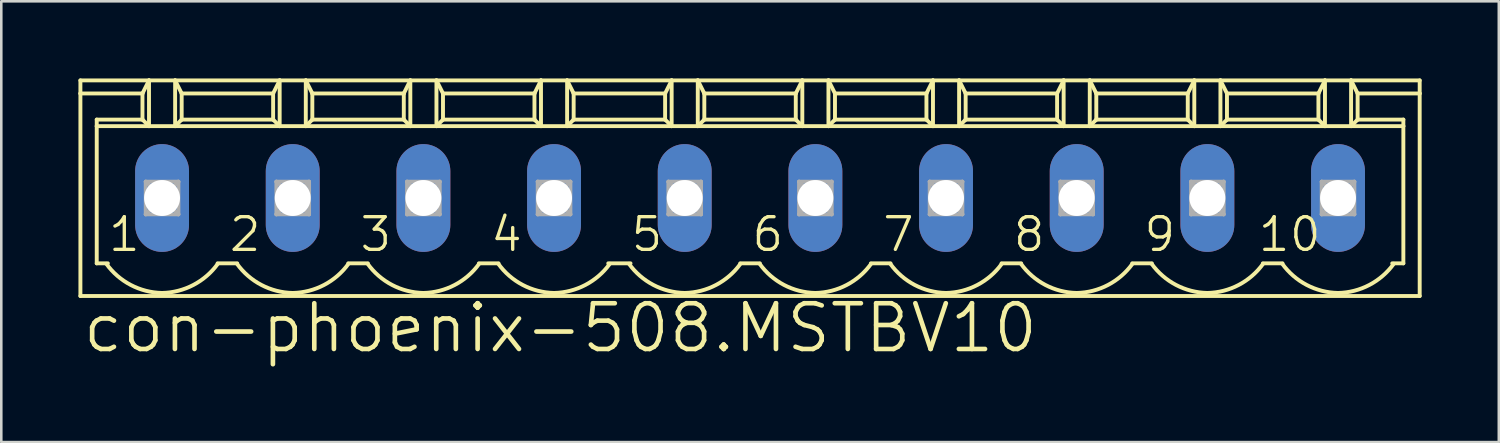
<source format=kicad_pcb>
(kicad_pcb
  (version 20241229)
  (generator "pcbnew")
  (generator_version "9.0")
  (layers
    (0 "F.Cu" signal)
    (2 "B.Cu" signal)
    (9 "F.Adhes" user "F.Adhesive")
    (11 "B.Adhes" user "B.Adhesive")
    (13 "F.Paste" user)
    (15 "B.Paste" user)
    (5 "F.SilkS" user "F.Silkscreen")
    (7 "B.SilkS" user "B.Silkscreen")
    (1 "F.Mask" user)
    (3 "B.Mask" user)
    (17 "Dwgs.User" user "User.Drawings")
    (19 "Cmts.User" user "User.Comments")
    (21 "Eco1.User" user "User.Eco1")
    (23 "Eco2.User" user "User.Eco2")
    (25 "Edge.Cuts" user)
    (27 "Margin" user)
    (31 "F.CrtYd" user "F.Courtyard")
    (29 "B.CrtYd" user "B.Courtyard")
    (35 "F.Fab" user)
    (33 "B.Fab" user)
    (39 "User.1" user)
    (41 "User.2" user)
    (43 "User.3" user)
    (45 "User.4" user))
  (footprint "con-phoenix-508.MSTBV10"
    (layer "F.Cu")
    (at 26.111 4.648)
    (property "Reference" "con-phoenix-508.MSTBV10" (at -26.035 6.096 0) (layer "F.SilkS") (effects (font (size 1.778 1.778) (thickness 0.18)) (justify left bottom)))
    (attr through_hole)
    (fp_line (start -26.035 -4.572) (end -26.035 -4.064) (stroke (width 0.152) (type default)) (layer "F.SilkS"))
    (fp_line (start -26.035 -4.572) (end -23.368 -4.572) (stroke (width 0.152) (type default)) (layer "F.SilkS"))
    (fp_line (start -26.035 -4.064) (end -26.035 3.81) (stroke (width 0.152) (type default)) (layer "F.SilkS"))
    (fp_line (start -26.035 -4.064) (end -23.622 -4.064) (stroke (width 0.152) (type default)) (layer "F.SilkS"))
    (fp_line (start -26.035 3.81) (end 26.035 3.81) (stroke (width 0.152) (type default)) (layer "F.SilkS"))
    (fp_line (start -25.4 -2.794) (end -25.4 -3.048) (stroke (width 0.152) (type default)) (layer "F.SilkS"))
    (fp_line (start -25.4 -2.794) (end -23.368 -2.794) (stroke (width 0.152) (type default)) (layer "F.SilkS"))
    (fp_line (start -25.4 2.54) (end -25.4 -2.794) (stroke (width 0.152) (type default)) (layer "F.SilkS"))
    (fp_line (start -25.4 2.54) (end -24.968 2.54) (stroke (width 0.152) (type default)) (layer "F.SilkS"))
    (fp_line (start -23.622 -4.064) (end -23.622 -3.048) (stroke (width 0.152) (type default)) (layer "F.SilkS"))
    (fp_line (start -23.622 -4.064) (end -23.368 -4.572) (stroke (width 0.152) (type default)) (layer "F.SilkS"))
    (fp_line (start -23.622 -3.048) (end -25.4 -3.048) (stroke (width 0.152) (type default)) (layer "F.SilkS"))
    (fp_line (start -23.622 -3.048) (end -23.368 -2.794) (stroke (width 0.152) (type default)) (layer "F.SilkS"))
    (fp_line (start -23.368 -4.572) (end -22.352 -4.572) (stroke (width 0.152) (type default)) (layer "F.SilkS"))
    (fp_line (start -23.368 -2.794) (end -23.368 -4.572) (stroke (width 0.152) (type default)) (layer "F.SilkS"))
    (fp_line (start -23.368 -2.794) (end -22.352 -2.794) (stroke (width 0.152) (type default)) (layer "F.SilkS"))
    (fp_line (start -22.352 -4.572) (end -22.098 -4.064) (stroke (width 0.152) (type default)) (layer "F.SilkS"))
    (fp_line (start -22.352 -4.572) (end -18.288 -4.572) (stroke (width 0.152) (type default)) (layer "F.SilkS"))
    (fp_line (start -22.352 -2.794) (end -22.352 -4.572) (stroke (width 0.152) (type default)) (layer "F.SilkS"))
    (fp_line (start -22.352 -2.794) (end -18.288 -2.794) (stroke (width 0.152) (type default)) (layer "F.SilkS"))
    (fp_line (start -22.098 -4.064) (end -22.098 -3.048) (stroke (width 0.152) (type default)) (layer "F.SilkS"))
    (fp_line (start -22.098 -4.064) (end -18.542 -4.064) (stroke (width 0.152) (type default)) (layer "F.SilkS"))
    (fp_line (start -22.098 -3.048) (end -22.352 -2.794) (stroke (width 0.152) (type default)) (layer "F.SilkS"))
    (fp_line (start -20.701 2.54) (end -19.939 2.54) (stroke (width 0.152) (type default)) (layer "F.SilkS"))
    (fp_line (start -18.542 -4.064) (end -18.542 -3.048) (stroke (width 0.152) (type default)) (layer "F.SilkS"))
    (fp_line (start -18.542 -4.064) (end -18.288 -4.572) (stroke (width 0.152) (type default)) (layer "F.SilkS"))
    (fp_line (start -18.542 -3.048) (end -22.098 -3.048) (stroke (width 0.152) (type default)) (layer "F.SilkS"))
    (fp_line (start -18.542 -3.048) (end -18.288 -2.794) (stroke (width 0.152) (type default)) (layer "F.SilkS"))
    (fp_line (start -18.288 -4.572) (end -17.272 -4.572) (stroke (width 0.152) (type default)) (layer "F.SilkS"))
    (fp_line (start -18.288 -2.794) (end -18.288 -4.572) (stroke (width 0.152) (type default)) (layer "F.SilkS"))
    (fp_line (start -18.288 -2.794) (end -17.272 -2.794) (stroke (width 0.152) (type default)) (layer "F.SilkS"))
    (fp_line (start -17.272 -4.572) (end -17.018 -4.064) (stroke (width 0.152) (type default)) (layer "F.SilkS"))
    (fp_line (start -17.272 -4.572) (end -13.208 -4.572) (stroke (width 0.152) (type default)) (layer "F.SilkS"))
    (fp_line (start -17.272 -2.794) (end -17.272 -4.572) (stroke (width 0.152) (type default)) (layer "F.SilkS"))
    (fp_line (start -17.272 -2.794) (end -13.208 -2.794) (stroke (width 0.152) (type default)) (layer "F.SilkS"))
    (fp_line (start -17.018 -4.064) (end -17.018 -3.048) (stroke (width 0.152) (type default)) (layer "F.SilkS"))
    (fp_line (start -17.018 -4.064) (end -13.462 -4.064) (stroke (width 0.152) (type default)) (layer "F.SilkS"))
    (fp_line (start -17.018 -3.048) (end -17.272 -2.794) (stroke (width 0.152) (type default)) (layer "F.SilkS"))
    (fp_line (start -15.621 2.54) (end -14.859 2.54) (stroke (width 0.152) (type default)) (layer "F.SilkS"))
    (fp_line (start -13.462 -4.064) (end -13.462 -3.048) (stroke (width 0.152) (type default)) (layer "F.SilkS"))
    (fp_line (start -13.462 -4.064) (end -13.208 -4.572) (stroke (width 0.152) (type default)) (layer "F.SilkS"))
    (fp_line (start -13.462 -3.048) (end -17.018 -3.048) (stroke (width 0.152) (type default)) (layer "F.SilkS"))
    (fp_line (start -13.462 -3.048) (end -13.208 -2.794) (stroke (width 0.152) (type default)) (layer "F.SilkS"))
    (fp_line (start -13.208 -4.572) (end -12.192 -4.572) (stroke (width 0.152) (type default)) (layer "F.SilkS"))
    (fp_line (start -13.208 -2.794) (end -13.208 -4.572) (stroke (width 0.152) (type default)) (layer "F.SilkS"))
    (fp_line (start -13.208 -2.794) (end -12.192 -2.794) (stroke (width 0.152) (type default)) (layer "F.SilkS"))
    (fp_line (start -12.192 -4.572) (end -11.938 -4.064) (stroke (width 0.152) (type default)) (layer "F.SilkS"))
    (fp_line (start -12.192 -4.572) (end -8.128 -4.572) (stroke (width 0.152) (type default)) (layer "F.SilkS"))
    (fp_line (start -12.192 -2.794) (end -12.192 -4.572) (stroke (width 0.152) (type default)) (layer "F.SilkS"))
    (fp_line (start -12.192 -2.794) (end -8.128 -2.794) (stroke (width 0.152) (type default)) (layer "F.SilkS"))
    (fp_line (start -11.938 -4.064) (end -11.938 -3.048) (stroke (width 0.152) (type default)) (layer "F.SilkS"))
    (fp_line (start -11.938 -4.064) (end -8.382 -4.064) (stroke (width 0.152) (type default)) (layer "F.SilkS"))
    (fp_line (start -11.938 -3.048) (end -12.192 -2.794) (stroke (width 0.152) (type default)) (layer "F.SilkS"))
    (fp_line (start -11.938 -3.048) (end -8.382 -3.048) (stroke (width 0.152) (type default)) (layer "F.SilkS"))
    (fp_line (start -10.541 2.54) (end -9.779 2.54) (stroke (width 0.152) (type default)) (layer "F.SilkS"))
    (fp_line (start -8.382 -4.064) (end -8.382 -3.048) (stroke (width 0.152) (type default)) (layer "F.SilkS"))
    (fp_line (start -8.382 -4.064) (end -8.128 -4.572) (stroke (width 0.152) (type default)) (layer "F.SilkS"))
    (fp_line (start -8.382 -3.048) (end -8.128 -2.794) (stroke (width 0.152) (type default)) (layer "F.SilkS"))
    (fp_line (start -8.128 -4.572) (end -7.112 -4.572) (stroke (width 0.152) (type default)) (layer "F.SilkS"))
    (fp_line (start -8.128 -2.794) (end -8.128 -4.572) (stroke (width 0.152) (type default)) (layer "F.SilkS"))
    (fp_line (start -8.128 -2.794) (end -7.112 -2.794) (stroke (width 0.152) (type default)) (layer "F.SilkS"))
    (fp_line (start -7.112 -4.572) (end -6.858 -4.064) (stroke (width 0.152) (type default)) (layer "F.SilkS"))
    (fp_line (start -7.112 -4.572) (end -3.048 -4.572) (stroke (width 0.152) (type default)) (layer "F.SilkS"))
    (fp_line (start -7.112 -2.794) (end -7.112 -4.572) (stroke (width 0.152) (type default)) (layer "F.SilkS"))
    (fp_line (start -7.112 -2.794) (end -3.048 -2.794) (stroke (width 0.152) (type default)) (layer "F.SilkS"))
    (fp_line (start -6.858 -4.064) (end -6.858 -3.048) (stroke (width 0.152) (type default)) (layer "F.SilkS"))
    (fp_line (start -6.858 -4.064) (end -3.302 -4.064) (stroke (width 0.152) (type default)) (layer "F.SilkS"))
    (fp_line (start -6.858 -3.048) (end -7.112 -2.794) (stroke (width 0.152) (type default)) (layer "F.SilkS"))
    (fp_line (start -5.512 2.54) (end -4.648 2.54) (stroke (width 0.152) (type default)) (layer "F.SilkS"))
    (fp_line (start -3.302 -4.064) (end -3.302 -3.048) (stroke (width 0.152) (type default)) (layer "F.SilkS"))
    (fp_line (start -3.302 -4.064) (end -3.048 -4.572) (stroke (width 0.152) (type default)) (layer "F.SilkS"))
    (fp_line (start -3.302 -3.048) (end -6.858 -3.048) (stroke (width 0.152) (type default)) (layer "F.SilkS"))
    (fp_line (start -3.302 -3.048) (end -3.048 -2.794) (stroke (width 0.152) (type default)) (layer "F.SilkS"))
    (fp_line (start -3.048 -4.572) (end -2.032 -4.572) (stroke (width 0.152) (type default)) (layer "F.SilkS"))
    (fp_line (start -3.048 -2.794) (end -3.048 -4.572) (stroke (width 0.152) (type default)) (layer "F.SilkS"))
    (fp_line (start -3.048 -2.794) (end -2.032 -2.794) (stroke (width 0.152) (type default)) (layer "F.SilkS"))
    (fp_line (start -2.032 -4.572) (end -1.778 -4.064) (stroke (width 0.152) (type default)) (layer "F.SilkS"))
    (fp_line (start -2.032 -4.572) (end 2.032 -4.572) (stroke (width 0.152) (type default)) (layer "F.SilkS"))
    (fp_line (start -2.032 -2.794) (end -2.032 -4.572) (stroke (width 0.152) (type default)) (layer "F.SilkS"))
    (fp_line (start -2.032 -2.794) (end 2.032 -2.794) (stroke (width 0.152) (type default)) (layer "F.SilkS"))
    (fp_line (start -1.778 -4.064) (end -1.778 -3.048) (stroke (width 0.152) (type default)) (layer "F.SilkS"))
    (fp_line (start -1.778 -4.064) (end 1.778 -4.064) (stroke (width 0.152) (type default)) (layer "F.SilkS"))
    (fp_line (start -1.778 -3.048) (end -2.032 -2.794) (stroke (width 0.152) (type default)) (layer "F.SilkS"))
    (fp_line (start -0.381 2.54) (end 0.381 2.54) (stroke (width 0.152) (type default)) (layer "F.SilkS"))
    (fp_line (start 1.778 -4.064) (end 1.778 -3.048) (stroke (width 0.152) (type default)) (layer "F.SilkS"))
    (fp_line (start 1.778 -4.064) (end 2.032 -4.572) (stroke (width 0.152) (type default)) (layer "F.SilkS"))
    (fp_line (start 1.778 -3.048) (end -1.778 -3.048) (stroke (width 0.152) (type default)) (layer "F.SilkS"))
    (fp_line (start 1.778 -3.048) (end 2.032 -2.794) (stroke (width 0.152) (type default)) (layer "F.SilkS"))
    (fp_line (start 2.032 -4.572) (end 3.048 -4.572) (stroke (width 0.152) (type default)) (layer "F.SilkS"))
    (fp_line (start 2.032 -2.794) (end 2.032 -4.572) (stroke (width 0.152) (type default)) (layer "F.SilkS"))
    (fp_line (start 2.032 -2.794) (end 3.048 -2.794) (stroke (width 0.152) (type default)) (layer "F.SilkS"))
    (fp_line (start 3.048 -4.572) (end 3.302 -4.064) (stroke (width 0.152) (type default)) (layer "F.SilkS"))
    (fp_line (start 3.048 -4.572) (end 7.112 -4.572) (stroke (width 0.152) (type default)) (layer "F.SilkS"))
    (fp_line (start 3.048 -2.794) (end 3.048 -4.572) (stroke (width 0.152) (type default)) (layer "F.SilkS"))
    (fp_line (start 3.048 -2.794) (end 7.112 -2.794) (stroke (width 0.152) (type default)) (layer "F.SilkS"))
    (fp_line (start 3.302 -4.064) (end 3.302 -3.048) (stroke (width 0.152) (type default)) (layer "F.SilkS"))
    (fp_line (start 3.302 -4.064) (end 6.858 -4.064) (stroke (width 0.152) (type default)) (layer "F.SilkS"))
    (fp_line (start 3.302 -3.048) (end 3.048 -2.794) (stroke (width 0.152) (type default)) (layer "F.SilkS"))
    (fp_line (start 4.699 2.54) (end 5.461 2.54) (stroke (width 0.152) (type default)) (layer "F.SilkS"))
    (fp_line (start 6.858 -4.064) (end 6.858 -3.048) (stroke (width 0.152) (type default)) (layer "F.SilkS"))
    (fp_line (start 6.858 -4.064) (end 7.112 -4.572) (stroke (width 0.152) (type default)) (layer "F.SilkS"))
    (fp_line (start 6.858 -3.048) (end 3.302 -3.048) (stroke (width 0.152) (type default)) (layer "F.SilkS"))
    (fp_line (start 6.858 -3.048) (end 7.112 -2.794) (stroke (width 0.152) (type default)) (layer "F.SilkS"))
    (fp_line (start 7.112 -4.572) (end 8.128 -4.572) (stroke (width 0.152) (type default)) (layer "F.SilkS"))
    (fp_line (start 7.112 -2.794) (end 7.112 -4.572) (stroke (width 0.152) (type default)) (layer "F.SilkS"))
    (fp_line (start 7.112 -2.794) (end 8.128 -2.794) (stroke (width 0.152) (type default)) (layer "F.SilkS"))
    (fp_line (start 8.128 -4.572) (end 8.382 -4.064) (stroke (width 0.152) (type default)) (layer "F.SilkS"))
    (fp_line (start 8.128 -4.572) (end 12.192 -4.572) (stroke (width 0.152) (type default)) (layer "F.SilkS"))
    (fp_line (start 8.128 -2.794) (end 8.128 -4.572) (stroke (width 0.152) (type default)) (layer "F.SilkS"))
    (fp_line (start 8.128 -2.794) (end 12.192 -2.794) (stroke (width 0.152) (type default)) (layer "F.SilkS"))
    (fp_line (start 8.382 -4.064) (end 8.382 -3.048) (stroke (width 0.152) (type default)) (layer "F.SilkS"))
    (fp_line (start 8.382 -4.064) (end 11.938 -4.064) (stroke (width 0.152) (type default)) (layer "F.SilkS"))
    (fp_line (start 8.382 -3.048) (end 8.128 -2.794) (stroke (width 0.152) (type default)) (layer "F.SilkS"))
    (fp_line (start 8.382 -3.048) (end 11.938 -3.048) (stroke (width 0.152) (type default)) (layer "F.SilkS"))
    (fp_line (start 9.779 2.54) (end 10.541 2.54) (stroke (width 0.152) (type default)) (layer "F.SilkS"))
    (fp_line (start 11.938 -4.064) (end 11.938 -3.048) (stroke (width 0.152) (type default)) (layer "F.SilkS"))
    (fp_line (start 11.938 -4.064) (end 12.192 -4.572) (stroke (width 0.152) (type default)) (layer "F.SilkS"))
    (fp_line (start 11.938 -3.048) (end 12.192 -2.794) (stroke (width 0.152) (type default)) (layer "F.SilkS"))
    (fp_line (start 12.192 -4.572) (end 13.208 -4.572) (stroke (width 0.152) (type default)) (layer "F.SilkS"))
    (fp_line (start 12.192 -2.794) (end 12.192 -4.572) (stroke (width 0.152) (type default)) (layer "F.SilkS"))
    (fp_line (start 12.192 -2.794) (end 13.208 -2.794) (stroke (width 0.152) (type default)) (layer "F.SilkS"))
    (fp_line (start 13.208 -4.572) (end 13.462 -4.064) (stroke (width 0.152) (type default)) (layer "F.SilkS"))
    (fp_line (start 13.208 -4.572) (end 17.272 -4.572) (stroke (width 0.152) (type default)) (layer "F.SilkS"))
    (fp_line (start 13.208 -2.794) (end 13.208 -4.572) (stroke (width 0.152) (type default)) (layer "F.SilkS"))
    (fp_line (start 13.208 -2.794) (end 17.272 -2.794) (stroke (width 0.152) (type default)) (layer "F.SilkS"))
    (fp_line (start 13.462 -4.064) (end 13.462 -3.048) (stroke (width 0.152) (type default)) (layer "F.SilkS"))
    (fp_line (start 13.462 -4.064) (end 17.018 -4.064) (stroke (width 0.152) (type default)) (layer "F.SilkS"))
    (fp_line (start 13.462 -3.048) (end 13.208 -2.794) (stroke (width 0.152) (type default)) (layer "F.SilkS"))
    (fp_line (start 13.462 -3.048) (end 17.018 -3.048) (stroke (width 0.152) (type default)) (layer "F.SilkS"))
    (fp_line (start 14.859 2.54) (end 15.621 2.54) (stroke (width 0.152) (type default)) (layer "F.SilkS"))
    (fp_line (start 17.018 -4.064) (end 17.018 -3.048) (stroke (width 0.152) (type default)) (layer "F.SilkS"))
    (fp_line (start 17.018 -4.064) (end 17.272 -4.572) (stroke (width 0.152) (type default)) (layer "F.SilkS"))
    (fp_line (start 17.018 -3.048) (end 17.272 -2.794) (stroke (width 0.152) (type default)) (layer "F.SilkS"))
    (fp_line (start 17.272 -4.572) (end 18.288 -4.572) (stroke (width 0.152) (type default)) (layer "F.SilkS"))
    (fp_line (start 17.272 -2.794) (end 17.272 -4.572) (stroke (width 0.152) (type default)) (layer "F.SilkS"))
    (fp_line (start 17.272 -2.794) (end 18.288 -2.794) (stroke (width 0.152) (type default)) (layer "F.SilkS"))
    (fp_line (start 18.288 -4.572) (end 18.542 -4.064) (stroke (width 0.152) (type default)) (layer "F.SilkS"))
    (fp_line (start 18.288 -4.572) (end 22.352 -4.572) (stroke (width 0.152) (type default)) (layer "F.SilkS"))
    (fp_line (start 18.288 -2.794) (end 18.288 -4.572) (stroke (width 0.152) (type default)) (layer "F.SilkS"))
    (fp_line (start 18.288 -2.794) (end 22.352 -2.794) (stroke (width 0.152) (type default)) (layer "F.SilkS"))
    (fp_line (start 18.542 -4.064) (end 18.542 -3.048) (stroke (width 0.152) (type default)) (layer "F.SilkS"))
    (fp_line (start 18.542 -4.064) (end 22.098 -4.064) (stroke (width 0.152) (type default)) (layer "F.SilkS"))
    (fp_line (start 18.542 -3.048) (end 18.288 -2.794) (stroke (width 0.152) (type default)) (layer "F.SilkS"))
    (fp_line (start 18.542 -3.048) (end 22.098 -3.048) (stroke (width 0.152) (type default)) (layer "F.SilkS"))
    (fp_line (start 19.939 2.54) (end 20.701 2.54) (stroke (width 0.152) (type default)) (layer "F.SilkS"))
    (fp_line (start 22.098 -4.064) (end 22.098 -3.048) (stroke (width 0.152) (type default)) (layer "F.SilkS"))
    (fp_line (start 22.098 -4.064) (end 22.352 -4.572) (stroke (width 0.152) (type default)) (layer "F.SilkS"))
    (fp_line (start 22.098 -3.048) (end 22.352 -2.794) (stroke (width 0.152) (type default)) (layer "F.SilkS"))
    (fp_line (start 22.352 -4.572) (end 23.368 -4.572) (stroke (width 0.152) (type default)) (layer "F.SilkS"))
    (fp_line (start 22.352 -2.794) (end 22.352 -4.572) (stroke (width 0.152) (type default)) (layer "F.SilkS"))
    (fp_line (start 22.352 -2.794) (end 23.368 -2.794) (stroke (width 0.152) (type default)) (layer "F.SilkS"))
    (fp_line (start 23.368 -4.572) (end 23.622 -4.064) (stroke (width 0.152) (type default)) (layer "F.SilkS"))
    (fp_line (start 23.368 -4.572) (end 26.035 -4.572) (stroke (width 0.152) (type default)) (layer "F.SilkS"))
    (fp_line (start 23.368 -2.794) (end 23.368 -4.572) (stroke (width 0.152) (type default)) (layer "F.SilkS"))
    (fp_line (start 23.368 -2.794) (end 25.4 -2.794) (stroke (width 0.152) (type default)) (layer "F.SilkS"))
    (fp_line (start 23.622 -4.064) (end 23.622 -3.048) (stroke (width 0.152) (type default)) (layer "F.SilkS"))
    (fp_line (start 23.622 -4.064) (end 26.035 -4.064) (stroke (width 0.152) (type default)) (layer "F.SilkS"))
    (fp_line (start 23.622 -3.048) (end 23.368 -2.794) (stroke (width 0.152) (type default)) (layer "F.SilkS"))
    (fp_line (start 23.622 -3.048) (end 25.4 -3.048) (stroke (width 0.152) (type default)) (layer "F.SilkS"))
    (fp_line (start 24.968 2.54) (end 25.4 2.54) (stroke (width 0.152) (type default)) (layer "F.SilkS"))
    (fp_line (start 25.4 -3.048) (end 25.4 -2.794) (stroke (width 0.152) (type default)) (layer "F.SilkS"))
    (fp_line (start 25.4 -2.794) (end 25.4 2.54) (stroke (width 0.152) (type default)) (layer "F.SilkS"))
    (fp_line (start 26.035 -4.064) (end 26.035 -4.572) (stroke (width 0.152) (type default)) (layer "F.SilkS"))
    (fp_line (start 26.035 3.81) (end 26.035 -4.064) (stroke (width 0.152) (type default)) (layer "F.SilkS"))
    (fp_arc (start -22.86 3.6924) (mid -24.077841 3.380805) (end -25.0277 2.5574) (stroke (width 0.1524) (type default)) (layer "F.SilkS"))
    (fp_arc (start -20.6923 2.5574) (mid -21.64217 3.380783) (end -22.86 3.6924) (stroke (width 0.1524) (type default)) (layer "F.SilkS"))
    (fp_arc (start -17.78 3.6924) (mid -18.997841 3.380805) (end -19.9477 2.5574) (stroke (width 0.1524) (type default)) (layer "F.SilkS"))
    (fp_arc (start -15.6123 2.5574) (mid -16.56217 3.380783) (end -17.78 3.6924) (stroke (width 0.1524) (type default)) (layer "F.SilkS"))
    (fp_arc (start -12.7 3.6924) (mid -13.917841 3.380805) (end -14.8677 2.5574) (stroke (width 0.1524) (type default)) (layer "F.SilkS"))
    (fp_arc (start -10.5323 2.5574) (mid -11.48217 3.380783) (end -12.7 3.6924) (stroke (width 0.1524) (type default)) (layer "F.SilkS"))
    (fp_arc (start -7.62 3.6924) (mid -8.837841 3.380805) (end -9.7877 2.5574) (stroke (width 0.1524) (type default)) (layer "F.SilkS"))
    (fp_arc (start -5.4523 2.5574) (mid -6.402159 3.380805) (end -7.62 3.6924) (stroke (width 0.1524) (type default)) (layer "F.SilkS"))
    (fp_arc (start -2.54 3.6924) (mid -3.757841 3.380805) (end -4.7077 2.5574) (stroke (width 0.1524) (type default)) (layer "F.SilkS"))
    (fp_arc (start -0.3723 2.5574) (mid -1.32217 3.380783) (end -2.54 3.6924) (stroke (width 0.1524) (type default)) (layer "F.SilkS"))
    (fp_arc (start 2.54 3.6924) (mid 1.322181 3.380762) (end 0.3723 2.5574) (stroke (width 0.1524) (type default)) (layer "F.SilkS"))
    (fp_arc (start 4.7077 2.5574) (mid 3.757819 3.380762) (end 2.54 3.6924) (stroke (width 0.1524) (type default)) (layer "F.SilkS"))
    (fp_arc (start 7.62 3.6924) (mid 6.402181 3.380762) (end 5.4523 2.5574) (stroke (width 0.1524) (type default)) (layer "F.SilkS"))
    (fp_arc (start 9.7877 2.5574) (mid 8.837819 3.380762) (end 7.62 3.6924) (stroke (width 0.1524) (type default)) (layer "F.SilkS"))
    (fp_arc (start 12.7 3.6924) (mid 11.482181 3.380762) (end 10.5323 2.5574) (stroke (width 0.1524) (type default)) (layer "F.SilkS"))
    (fp_arc (start 14.8677 2.5574) (mid 13.917819 3.380762) (end 12.7 3.6924) (stroke (width 0.1524) (type default)) (layer "F.SilkS"))
    (fp_arc (start 17.78 3.6924) (mid 16.562181 3.380762) (end 15.6123 2.5574) (stroke (width 0.1524) (type default)) (layer "F.SilkS"))
    (fp_arc (start 19.9477 2.5574) (mid 18.997819 3.380762) (end 17.78 3.6924) (stroke (width 0.1524) (type default)) (layer "F.SilkS"))
    (fp_arc (start 22.86 3.6924) (mid 21.642181 3.380762) (end 20.6923 2.5574) (stroke (width 0.1524) (type default)) (layer "F.SilkS"))
    (fp_arc (start 25.0277 2.5574) (mid 24.07783 3.380783) (end 22.86 3.6924) (stroke (width 0.1524) (type default)) (layer "F.SilkS"))
    (fp_line (start -23.495 -0.635) (end -23.495 0.635) (stroke (width 0.152) (type default)) (layer "F.Fab"))
    (fp_line (start -23.495 -0.635) (end -22.225 0.635) (stroke (width 0.152) (type default)) (layer "F.Fab"))
    (fp_line (start -23.495 0.635) (end -22.225 -0.635) (stroke (width 0.152) (type default)) (layer "F.Fab"))
    (fp_line (start -23.495 0.635) (end -22.225 0.635) (stroke (width 0.152) (type default)) (layer "F.Fab"))
    (fp_line (start -22.225 -0.635) (end -23.495 -0.635) (stroke (width 0.152) (type default)) (layer "F.Fab"))
    (fp_line (start -22.225 0.635) (end -22.225 -0.635) (stroke (width 0.152) (type default)) (layer "F.Fab"))
    (fp_line (start -18.415 -0.635) (end -18.415 0.635) (stroke (width 0.152) (type default)) (layer "F.Fab"))
    (fp_line (start -18.415 -0.635) (end -17.145 0.635) (stroke (width 0.152) (type default)) (layer "F.Fab"))
    (fp_line (start -18.415 0.635) (end -17.145 -0.635) (stroke (width 0.152) (type default)) (layer "F.Fab"))
    (fp_line (start -18.415 0.635) (end -17.145 0.635) (stroke (width 0.152) (type default)) (layer "F.Fab"))
    (fp_line (start -17.145 -0.635) (end -18.415 -0.635) (stroke (width 0.152) (type default)) (layer "F.Fab"))
    (fp_line (start -17.145 0.635) (end -17.145 -0.635) (stroke (width 0.152) (type default)) (layer "F.Fab"))
    (fp_line (start -13.335 -0.635) (end -13.335 0.635) (stroke (width 0.152) (type default)) (layer "F.Fab"))
    (fp_line (start -13.335 -0.635) (end -12.065 0.635) (stroke (width 0.152) (type default)) (layer "F.Fab"))
    (fp_line (start -13.335 0.635) (end -12.065 -0.635) (stroke (width 0.152) (type default)) (layer "F.Fab"))
    (fp_line (start -13.335 0.635) (end -12.065 0.635) (stroke (width 0.152) (type default)) (layer "F.Fab"))
    (fp_line (start -12.065 -0.635) (end -13.335 -0.635) (stroke (width 0.152) (type default)) (layer "F.Fab"))
    (fp_line (start -12.065 0.635) (end -12.065 -0.635) (stroke (width 0.152) (type default)) (layer "F.Fab"))
    (fp_line (start -8.255 -0.635) (end -8.255 0.635) (stroke (width 0.152) (type default)) (layer "F.Fab"))
    (fp_line (start -8.255 -0.635) (end -6.985 0.635) (stroke (width 0.152) (type default)) (layer "F.Fab"))
    (fp_line (start -8.255 0.635) (end -6.985 -0.635) (stroke (width 0.152) (type default)) (layer "F.Fab"))
    (fp_line (start -8.255 0.635) (end -6.985 0.635) (stroke (width 0.152) (type default)) (layer "F.Fab"))
    (fp_line (start -6.985 -0.635) (end -8.255 -0.635) (stroke (width 0.152) (type default)) (layer "F.Fab"))
    (fp_line (start -6.985 0.635) (end -6.985 -0.635) (stroke (width 0.152) (type default)) (layer "F.Fab"))
    (fp_line (start -3.175 -0.635) (end -3.175 0.635) (stroke (width 0.152) (type default)) (layer "F.Fab"))
    (fp_line (start -3.175 -0.635) (end -1.905 0.635) (stroke (width 0.152) (type default)) (layer "F.Fab"))
    (fp_line (start -3.175 0.635) (end -1.905 -0.635) (stroke (width 0.152) (type default)) (layer "F.Fab"))
    (fp_line (start -3.175 0.635) (end -1.905 0.635) (stroke (width 0.152) (type default)) (layer "F.Fab"))
    (fp_line (start -1.905 -0.635) (end -3.175 -0.635) (stroke (width 0.152) (type default)) (layer "F.Fab"))
    (fp_line (start -1.905 0.635) (end -1.905 -0.635) (stroke (width 0.152) (type default)) (layer "F.Fab"))
    (fp_line (start 1.905 -0.635) (end 1.905 0.635) (stroke (width 0.152) (type default)) (layer "F.Fab"))
    (fp_line (start 1.905 -0.635) (end 3.175 0.635) (stroke (width 0.152) (type default)) (layer "F.Fab"))
    (fp_line (start 1.905 0.635) (end 3.175 -0.635) (stroke (width 0.152) (type default)) (layer "F.Fab"))
    (fp_line (start 1.905 0.635) (end 3.175 0.635) (stroke (width 0.152) (type default)) (layer "F.Fab"))
    (fp_line (start 3.175 -0.635) (end 1.905 -0.635) (stroke (width 0.152) (type default)) (layer "F.Fab"))
    (fp_line (start 3.175 0.635) (end 3.175 -0.635) (stroke (width 0.152) (type default)) (layer "F.Fab"))
    (fp_line (start 6.985 -0.635) (end 6.985 0.635) (stroke (width 0.152) (type default)) (layer "F.Fab"))
    (fp_line (start 6.985 -0.635) (end 8.255 0.635) (stroke (width 0.152) (type default)) (layer "F.Fab"))
    (fp_line (start 6.985 0.635) (end 8.255 -0.635) (stroke (width 0.152) (type default)) (layer "F.Fab"))
    (fp_line (start 6.985 0.635) (end 8.255 0.635) (stroke (width 0.152) (type default)) (layer "F.Fab"))
    (fp_line (start 8.255 -0.635) (end 6.985 -0.635) (stroke (width 0.152) (type default)) (layer "F.Fab"))
    (fp_line (start 8.255 0.635) (end 8.255 -0.635) (stroke (width 0.152) (type default)) (layer "F.Fab"))
    (fp_line (start 12.065 -0.635) (end 12.065 0.635) (stroke (width 0.152) (type default)) (layer "F.Fab"))
    (fp_line (start 12.065 -0.635) (end 13.335 0.635) (stroke (width 0.152) (type default)) (layer "F.Fab"))
    (fp_line (start 12.065 0.635) (end 13.335 -0.635) (stroke (width 0.152) (type default)) (layer "F.Fab"))
    (fp_line (start 12.065 0.635) (end 13.335 0.635) (stroke (width 0.152) (type default)) (layer "F.Fab"))
    (fp_line (start 13.335 -0.635) (end 12.065 -0.635) (stroke (width 0.152) (type default)) (layer "F.Fab"))
    (fp_line (start 13.335 0.635) (end 13.335 -0.635) (stroke (width 0.152) (type default)) (layer "F.Fab"))
    (fp_line (start 17.145 -0.635) (end 17.145 0.635) (stroke (width 0.152) (type default)) (layer "F.Fab"))
    (fp_line (start 17.145 -0.635) (end 18.415 0.635) (stroke (width 0.152) (type default)) (layer "F.Fab"))
    (fp_line (start 17.145 0.635) (end 18.415 -0.635) (stroke (width 0.152) (type default)) (layer "F.Fab"))
    (fp_line (start 17.145 0.635) (end 18.415 0.635) (stroke (width 0.152) (type default)) (layer "F.Fab"))
    (fp_line (start 18.415 -0.635) (end 17.145 -0.635) (stroke (width 0.152) (type default)) (layer "F.Fab"))
    (fp_line (start 18.415 0.635) (end 18.415 -0.635) (stroke (width 0.152) (type default)) (layer "F.Fab"))
    (fp_line (start 22.225 -0.635) (end 22.225 0.635) (stroke (width 0.152) (type default)) (layer "F.Fab"))
    (fp_line (start 22.225 -0.635) (end 23.495 0.635) (stroke (width 0.152) (type default)) (layer "F.Fab"))
    (fp_line (start 22.225 0.635) (end 23.495 -0.635) (stroke (width 0.152) (type default)) (layer "F.Fab"))
    (fp_line (start 22.225 0.635) (end 23.495 0.635) (stroke (width 0.152) (type default)) (layer "F.Fab"))
    (fp_line (start 23.495 -0.635) (end 22.225 -0.635) (stroke (width 0.152) (type default)) (layer "F.Fab"))
    (fp_line (start 23.495 0.635) (end 23.495 -0.635) (stroke (width 0.152) (type default)) (layer "F.Fab"))
    (fp_text user "9" (at 15.24 2.159 0) (layer "F.SilkS") (effects (font (size 1.27 1.27) (thickness 0.13)) (justify left bottom)))
    (fp_text user "8" (at 10.16 2.159 0) (layer "F.SilkS") (effects (font (size 1.27 1.27) (thickness 0.13)) (justify left bottom)))
    (fp_text user "7" (at 5.08 2.159 0) (layer "F.SilkS") (effects (font (size 1.27 1.27) (thickness 0.13)) (justify left bottom)))
    (fp_text user "5" (at -4.699 2.159 0) (layer "F.SilkS") (effects (font (size 1.27 1.27) (thickness 0.13)) (justify left bottom)))
    (fp_text user "1" (at -25.019 2.159 0) (layer "F.SilkS") (effects (font (size 1.27 1.27) (thickness 0.13)) (justify left bottom)))
    (fp_text user "10" (at 19.685 2.159 0) (layer "F.SilkS") (effects (font (size 1.27 1.27) (thickness 0.13)) (justify left bottom)))
    (fp_text user "3" (at -15.24 2.159 0) (layer "F.SilkS") (effects (font (size 1.27 1.27) (thickness 0.13)) (justify left bottom)))
    (fp_text user "6" (at 0 2.159 0) (layer "F.SilkS") (effects (font (size 1.27 1.27) (thickness 0.13)) (justify left bottom)))
    (fp_text user "2" (at -20.32 2.159 0) (layer "F.SilkS") (effects (font (size 1.27 1.27) (thickness 0.13)) (justify left bottom)))
    (fp_text user "4" (at -10.16 2.159 0) (layer "F.SilkS") (effects (font (size 1.27 1.27) (thickness 0.13)) (justify left bottom)))
    (pad "1" thru_hole oval (at -22.86 0 90) (size 4.191 2.095) (drill 1.397) (layers "*.Cu" "*.Mask"))
    (pad "2" thru_hole oval (at -17.78 0 90) (size 4.191 2.095) (drill 1.397) (layers "*.Cu" "*.Mask"))
    (pad "3" thru_hole oval (at -12.7 0 90) (size 4.191 2.095) (drill 1.397) (layers "*.Cu" "*.Mask"))
    (pad "4" thru_hole oval (at -7.62 0 90) (size 4.191 2.095) (drill 1.397) (layers "*.Cu" "*.Mask"))
    (pad "5" thru_hole oval (at -2.54 0 90) (size 4.191 2.095) (drill 1.397) (layers "*.Cu" "*.Mask"))
    (pad "6" thru_hole oval (at 2.54 0 90) (size 4.191 2.095) (drill 1.397) (layers "*.Cu" "*.Mask"))
    (pad "7" thru_hole oval (at 7.62 0 90) (size 4.191 2.095) (drill 1.397) (layers "*.Cu" "*.Mask"))
    (pad "8" thru_hole oval (at 12.7 0 90) (size 4.191 2.095) (drill 1.397) (layers "*.Cu" "*.Mask"))
    (pad "9" thru_hole oval (at 17.78 0 90) (size 4.191 2.095) (drill 1.397) (layers "*.Cu" "*.Mask"))
    (pad "10" thru_hole oval (at 22.86 0 90) (size 4.191 2.095) (drill 1.397) (layers "*.Cu" "*.Mask")))
  (gr_rect
    (start -3 -3)
    (end 55.222 14.138)
    (stroke (width 0.1) (type default))
    (fill no)
    (layer "Edge.Cuts")))
</source>
